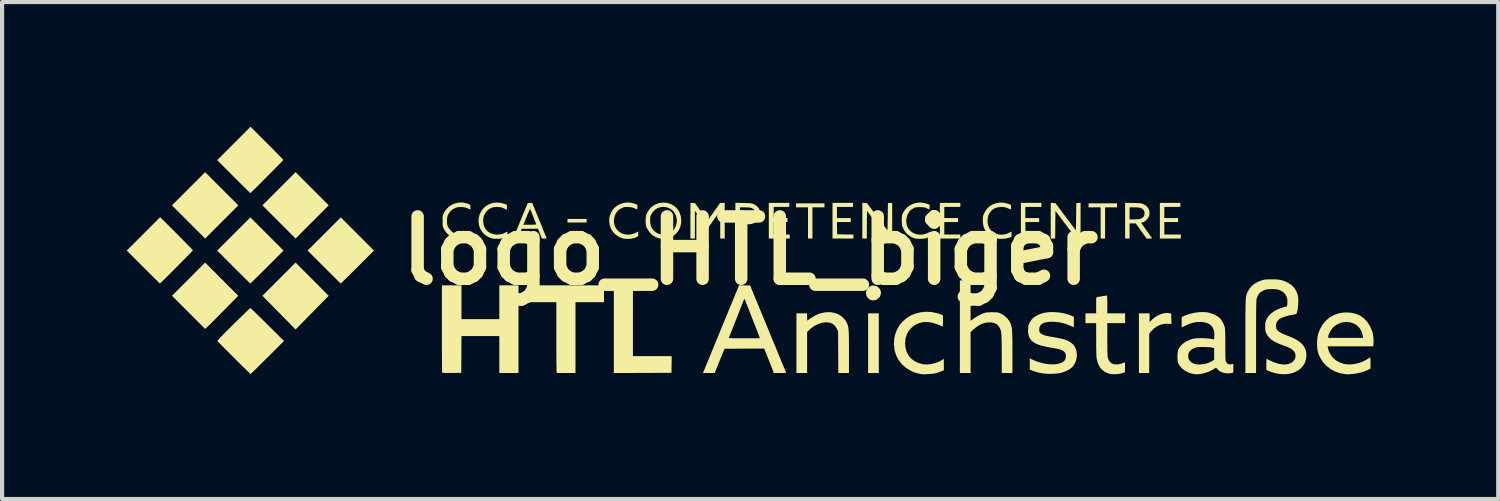
<source format=kicad_pcb>
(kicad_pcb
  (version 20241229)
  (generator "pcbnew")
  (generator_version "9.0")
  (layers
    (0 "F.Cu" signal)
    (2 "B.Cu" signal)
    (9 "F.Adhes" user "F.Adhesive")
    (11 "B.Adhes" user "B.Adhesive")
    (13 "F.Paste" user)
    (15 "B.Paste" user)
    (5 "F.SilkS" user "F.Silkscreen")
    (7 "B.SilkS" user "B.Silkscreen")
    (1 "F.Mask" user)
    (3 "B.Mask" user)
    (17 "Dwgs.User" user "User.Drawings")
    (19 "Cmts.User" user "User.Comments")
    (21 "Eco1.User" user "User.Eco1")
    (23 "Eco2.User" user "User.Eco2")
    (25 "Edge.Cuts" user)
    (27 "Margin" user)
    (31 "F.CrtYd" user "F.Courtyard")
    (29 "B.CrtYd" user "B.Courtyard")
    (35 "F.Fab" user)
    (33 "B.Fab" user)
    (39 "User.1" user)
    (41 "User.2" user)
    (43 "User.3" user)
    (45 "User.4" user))
  (footprint "logo_HTL_biger"
    (layer "F.Cu")
    (at 14.999 2.979)
    (property "Reference" "logo_HTL_biger" (at 0 0 0) (layer "F.SilkS") (effects (font (size 1.5 1.5) (thickness 0.3))))
    (attr board_only exclude_from_pos_files exclude_from_bom)
    (fp_poly (pts (xy -12.713 -1.487) (xy -12.314 -1.088) (xy -12.713 -0.689) (xy -13.113 -0.289) (xy -13.512 -0.689) (xy -13.911 -1.088) (xy -13.512 -1.487) (xy -13.113 -1.886)) (stroke (width 0) (type solid)) (fill yes) (layer "F.SilkS"))
    (fp_poly (pts (xy -10.538 -1.487) (xy -10.139 -1.088) (xy -10.538 -0.689) (xy -10.937 -0.289) (xy -11.336 -0.689) (xy -11.735 -1.088) (xy -11.336 -1.487) (xy -10.937 -1.886)) (stroke (width 0) (type solid)) (fill yes) (layer "F.SilkS"))
    (fp_poly (pts (xy -3.933 -0.718) (xy -3.933 -0.675) (xy -4.164 -0.675) (xy -4.394 -0.675) (xy -4.394 -0.718) (xy -4.394 -0.761) (xy -4.164 -0.761) (xy -3.933 -0.761)) (stroke (width 0) (type solid)) (fill yes) (layer "F.SilkS"))
    (fp_poly (pts (xy 3.097 2.229) (xy 3.097 2.947) (xy 2.969 2.947) (xy 2.84 2.947) (xy 2.84 2.229) (xy 2.84 1.511) (xy 2.969 1.511) (xy 3.097 1.511)) (stroke (width 0) (type solid)) (fill yes) (layer "F.SilkS"))
    (fp_poly (pts (xy -2.819 1.688) (xy -2.819 2.54) (xy -2.352 2.54) (xy -1.886 2.54) (xy -1.889 2.741) (xy -1.892 2.942) (xy -2.586 2.945) (xy -3.279 2.947) (xy -3.279 1.892) (xy -3.279 0.836) (xy -3.049 0.836) (xy -2.819 0.836)) (stroke (width 0) (type solid)) (fill yes) (layer "F.SilkS"))
    (fp_poly (pts (xy -10.538 0.689) (xy -10.14 1.088) (xy -10.538 1.493) (xy -10.937 1.899) (xy -11.146 1.686) (xy -11.215 1.616) (xy -11.291 1.539) (xy -11.37 1.458) (xy -11.447 1.38) (xy -11.516 1.31) (xy -11.545 1.281) (xy -11.735 1.088) (xy -11.336 0.689) (xy -10.937 0.289)) (stroke (width 0) (type solid)) (fill yes) (layer "F.SilkS"))
    (fp_poly (pts (xy -12.714 0.689) (xy -12.316 1.088) (xy -12.671 1.449) (xy -12.745 1.523) (xy -12.815 1.594) (xy -12.88 1.659) (xy -12.938 1.718) (xy -12.988 1.767) (xy -13.028 1.807) (xy -13.057 1.834) (xy -13.07 1.847) (xy -13.114 1.885) (xy -13.512 1.486) (xy -13.911 1.088) (xy -13.512 0.689) (xy -13.113 0.289)) (stroke (width 0) (type solid)) (fill yes) (layer "F.SilkS"))
    (fp_poly (pts (xy 1.79 -1.088) (xy 1.79 -1.04) (xy 1.645 -1.04) (xy 1.5 -1.04) (xy 1.5 -0.664) (xy 1.5 -0.289) (xy 1.447 -0.289) (xy 1.393 -0.289) (xy 1.393 -0.664) (xy 1.393 -1.04) (xy 1.249 -1.04) (xy 1.104 -1.04) (xy 1.104 -1.088) (xy 1.104 -1.136) (xy 1.447 -1.136) (xy 1.79 -1.136)) (stroke (width 0) (type solid)) (fill yes) (layer "F.SilkS"))
    (fp_poly (pts (xy 8.831 -1.088) (xy 8.831 -1.04) (xy 8.686 -1.04) (xy 8.542 -1.04) (xy 8.542 -0.664) (xy 8.542 -0.289) (xy 8.488 -0.289) (xy 8.435 -0.289) (xy 8.435 -0.664) (xy 8.435 -1.04) (xy 8.29 -1.04) (xy 8.145 -1.04) (xy 8.145 -1.088) (xy 8.145 -1.136) (xy 8.488 -1.136) (xy 8.831 -1.136)) (stroke (width 0) (type solid)) (fill yes) (layer "F.SilkS"))
    (fp_poly (pts (xy 3.419 -0.719) (xy 3.419 -0.289) (xy 3.367 -0.289) (xy 3.314 -0.289) (xy 3.064 -0.623) (xy 2.813 -0.956) (xy 2.81 -0.623) (xy 2.808 -0.289) (xy 2.754 -0.289) (xy 2.701 -0.289) (xy 2.701 -0.719) (xy 2.701 -1.148) (xy 2.757 -1.145) (xy 2.813 -1.141) (xy 3.06 -0.813) (xy 3.306 -0.486) (xy 3.312 -0.813) (xy 3.317 -1.141) (xy 3.368 -1.145) (xy 3.419 -1.148)) (stroke (width 0) (type solid)) (fill yes) (layer "F.SilkS"))
    (fp_poly (pts (xy 7.952 -0.719) (xy 7.952 -0.289) (xy 7.9 -0.289) (xy 7.848 -0.289) (xy 7.597 -0.623) (xy 7.347 -0.956) (xy 7.344 -0.623) (xy 7.341 -0.289) (xy 7.288 -0.289) (xy 7.234 -0.289) (xy 7.234 -0.719) (xy 7.234 -1.148) (xy 7.29 -1.145) (xy 7.347 -1.141) (xy 7.593 -0.813) (xy 7.84 -0.486) (xy 7.845 -0.813) (xy 7.85 -1.141) (xy 7.901 -1.145) (xy 7.952 -1.148)) (stroke (width 0) (type solid)) (fill yes) (layer "F.SilkS"))
    (fp_poly (pts (xy 3.051 0.862) (xy 3.088 0.887) (xy 3.127 0.932) (xy 3.147 0.986) (xy 3.147 1.043) (xy 3.127 1.103) (xy 3.126 1.105) (xy 3.09 1.151) (xy 3.042 1.183) (xy 2.988 1.199) (xy 2.93 1.197) (xy 2.883 1.18) (xy 2.836 1.145) (xy 2.805 1.098) (xy 2.79 1.044) (xy 2.792 0.988) (xy 2.812 0.934) (xy 2.835 0.901) (xy 2.884 0.862) (xy 2.938 0.842) (xy 2.995 0.842)) (stroke (width 0) (type solid)) (fill yes) (layer "F.SilkS"))
    (fp_poly (pts (xy -11.626 -0.399) (xy -11.226 -0.000036) (xy -11.623 0.397) (xy -11.699 0.473) (xy -11.77 0.544) (xy -11.836 0.609) (xy -11.894 0.666) (xy -11.943 0.715) (xy -11.982 0.753) (xy -12.009 0.779) (xy -12.023 0.792) (xy -12.025 0.793) (xy -12.033 0.786) (xy -12.055 0.765) (xy -12.09 0.731) (xy -12.135 0.687) (xy -12.19 0.633) (xy -12.252 0.57) (xy -12.322 0.502) (xy -12.396 0.427) (xy -12.427 0.397) (xy -12.823 -0.000036) (xy -12.424 -0.399) (xy -12.025 -0.798)) (stroke (width 0) (type solid)) (fill yes) (layer "F.SilkS"))
    (fp_poly (pts (xy -9.45 -0.399) (xy -9.051 -0.000036) (xy -9.447 0.397) (xy -9.523 0.473) (xy -9.595 0.544) (xy -9.66 0.609) (xy -9.718 0.666) (xy -9.768 0.715) (xy -9.806 0.753) (xy -9.834 0.779) (xy -9.848 0.792) (xy -9.849 0.793) (xy -9.858 0.786) (xy -9.88 0.765) (xy -9.914 0.731) (xy -9.959 0.687) (xy -10.014 0.633) (xy -10.077 0.57) (xy -10.146 0.502) (xy -10.22 0.427) (xy -10.251 0.397) (xy -10.648 -0.000036) (xy -10.248 -0.399) (xy -9.849 -0.798)) (stroke (width 0) (type solid)) (fill yes) (layer "F.SilkS"))
    (fp_poly (pts (xy 0.943 -1.099) (xy 0.943 -1.05) (xy 0.756 -1.05) (xy 0.568 -1.05) (xy 0.568 -0.916) (xy 0.568 -0.782) (xy 0.734 -0.782) (xy 0.9 -0.782) (xy 0.9 -0.734) (xy 0.9 -0.686) (xy 0.734 -0.686) (xy 0.568 -0.686) (xy 0.568 -0.536) (xy 0.568 -0.386) (xy 0.761 -0.386) (xy 0.954 -0.386) (xy 0.954 -0.338) (xy 0.954 -0.289) (xy 0.702 -0.289) (xy 0.45 -0.289) (xy 0.45 -0.718) (xy 0.45 -1.147) (xy 0.697 -1.147) (xy 0.943 -1.147)) (stroke (width 0) (type solid)) (fill yes) (layer "F.SilkS"))
    (fp_poly (pts (xy 2.476 -1.099) (xy 2.476 -1.05) (xy 2.283 -1.05) (xy 2.09 -1.05) (xy 2.09 -0.916) (xy 2.09 -0.782) (xy 2.256 -0.782) (xy 2.422 -0.782) (xy 2.422 -0.734) (xy 2.422 -0.686) (xy 2.256 -0.686) (xy 2.089 -0.686) (xy 2.092 -0.539) (xy 2.095 -0.391) (xy 2.291 -0.388) (xy 2.486 -0.385) (xy 2.486 -0.337) (xy 2.486 -0.289) (xy 2.235 -0.289) (xy 1.983 -0.289) (xy 1.983 -0.718) (xy 1.983 -1.147) (xy 2.229 -1.147) (xy 2.476 -1.147)) (stroke (width 0) (type solid)) (fill yes) (layer "F.SilkS"))
    (fp_poly (pts (xy 5.059 -1.099) (xy 5.059 -1.05) (xy 4.866 -1.05) (xy 4.673 -1.05) (xy 4.673 -0.916) (xy 4.673 -0.782) (xy 4.839 -0.782) (xy 5.005 -0.782) (xy 5.005 -0.734) (xy 5.005 -0.686) (xy 4.839 -0.686) (xy 4.673 -0.686) (xy 4.673 -0.536) (xy 4.673 -0.386) (xy 4.866 -0.386) (xy 5.059 -0.386) (xy 5.059 -0.338) (xy 5.059 -0.289) (xy 4.812 -0.289) (xy 4.566 -0.289) (xy 4.566 -0.718) (xy 4.566 -1.147) (xy 4.812 -1.147) (xy 5.059 -1.147)) (stroke (width 0) (type solid)) (fill yes) (layer "F.SilkS"))
    (fp_poly (pts (xy 7.009 -1.099) (xy 7.009 -1.05) (xy 6.816 -1.05) (xy 6.623 -1.05) (xy 6.623 -0.916) (xy 6.623 -0.782) (xy 6.789 -0.782) (xy 6.956 -0.782) (xy 6.956 -0.734) (xy 6.956 -0.686) (xy 6.789 -0.686) (xy 6.623 -0.686) (xy 6.626 -0.539) (xy 6.629 -0.391) (xy 6.824 -0.388) (xy 7.02 -0.385) (xy 7.02 -0.337) (xy 7.02 -0.289) (xy 6.768 -0.289) (xy 6.516 -0.289) (xy 6.516 -0.718) (xy 6.516 -1.147) (xy 6.763 -1.147) (xy 7.009 -1.147)) (stroke (width 0) (type solid)) (fill yes) (layer "F.SilkS"))
    (fp_poly (pts (xy 10.353 -1.099) (xy 10.353 -1.05) (xy 10.16 -1.05) (xy 9.967 -1.05) (xy 9.967 -0.916) (xy 9.967 -0.782) (xy 10.133 -0.782) (xy 10.299 -0.782) (xy 10.299 -0.734) (xy 10.299 -0.686) (xy 10.133 -0.686) (xy 9.967 -0.686) (xy 9.967 -0.536) (xy 9.967 -0.386) (xy 10.165 -0.386) (xy 10.364 -0.386) (xy 10.364 -0.338) (xy 10.364 -0.289) (xy 10.112 -0.289) (xy 9.86 -0.289) (xy 9.86 -0.718) (xy 9.86 -1.147) (xy 10.106 -1.147) (xy 10.353 -1.147)) (stroke (width 0) (type solid)) (fill yes) (layer "F.SilkS"))
    (fp_poly (pts (xy 10.086 1.507) (xy 10.133 1.517) (xy 10.136 1.643) (xy 10.139 1.769) (xy 10.072 1.762) (xy 9.973 1.763) (xy 9.879 1.783) (xy 9.79 1.823) (xy 9.71 1.881) (xy 9.64 1.956) (xy 9.633 1.966) (xy 9.603 2.007) (xy 9.603 2.477) (xy 9.603 2.947) (xy 9.479 2.947) (xy 9.356 2.947) (xy 9.356 2.229) (xy 9.356 1.511) (xy 9.485 1.511) (xy 9.613 1.511) (xy 9.613 1.616) (xy 9.613 1.721) (xy 9.681 1.655) (xy 9.748 1.6) (xy 9.823 1.556) (xy 9.902 1.523) (xy 9.981 1.505) (xy 10.055 1.502)) (stroke (width 0) (type solid)) (fill yes) (layer "F.SilkS"))
    (fp_poly (pts (xy -3.515 1.04) (xy -3.515 1.243) (xy -3.858 1.243) (xy -4.201 1.243) (xy -4.201 2.095) (xy -4.201 2.947) (xy -4.424 2.947) (xy -4.492 2.947) (xy -4.551 2.946) (xy -4.6 2.945) (xy -4.635 2.943) (xy -4.653 2.941) (xy -4.655 2.94) (xy -4.656 2.929) (xy -4.657 2.897) (xy -4.658 2.848) (xy -4.659 2.781) (xy -4.66 2.701) (xy -4.661 2.606) (xy -4.661 2.5) (xy -4.662 2.385) (xy -4.662 2.26) (xy -4.662 2.129) (xy -4.662 2.088) (xy -4.662 1.243) (xy -5 1.243) (xy -5.337 1.243) (xy -5.337 1.04) (xy -5.337 0.836) (xy -4.426 0.836) (xy -3.515 0.836)) (stroke (width 0) (type solid)) (fill yes) (layer "F.SilkS"))
    (fp_poly (pts (xy -13.801 -0.41) (xy -13.725 -0.334) (xy -13.654 -0.262) (xy -13.59 -0.197) (xy -13.533 -0.138) (xy -13.484 -0.089) (xy -13.447 -0.049) (xy -13.421 -0.022) (xy -13.408 -0.007) (xy -13.407 -0.005) (xy -13.415 0.004) (xy -13.435 0.026) (xy -13.468 0.06) (xy -13.511 0.104) (xy -13.562 0.156) (xy -13.619 0.215) (xy -13.682 0.278) (xy -13.747 0.345) (xy -13.814 0.412) (xy -13.881 0.479) (xy -13.946 0.544) (xy -14.007 0.605) (xy -14.063 0.661) (xy -14.111 0.709) (xy -14.151 0.747) (xy -14.18 0.775) (xy -14.197 0.791) (xy -14.201 0.793) (xy -14.209 0.786) (xy -14.231 0.765) (xy -14.265 0.731) (xy -14.311 0.687) (xy -14.365 0.633) (xy -14.428 0.57) (xy -14.497 0.502) (xy -14.572 0.427) (xy -14.602 0.397) (xy -14.999 0) (xy -14.597 -0.402) (xy -14.195 -0.804)) (stroke (width 0) (type solid)) (fill yes) (layer "F.SilkS"))
    (fp_poly (pts (xy -11.626 -2.586) (xy -11.55 -2.51) (xy -11.479 -2.438) (xy -11.414 -2.372) (xy -11.357 -2.314) (xy -11.309 -2.264) (xy -11.271 -2.225) (xy -11.245 -2.197) (xy -11.233 -2.183) (xy -11.232 -2.181) (xy -11.239 -2.172) (xy -11.26 -2.149) (xy -11.292 -2.115) (xy -11.335 -2.071) (xy -11.386 -2.019) (xy -11.444 -1.961) (xy -11.506 -1.897) (xy -11.572 -1.831) (xy -11.639 -1.763) (xy -11.706 -1.696) (xy -11.77 -1.631) (xy -11.832 -1.57) (xy -11.887 -1.515) (xy -11.936 -1.467) (xy -11.976 -1.428) (xy -12.005 -1.4) (xy -12.021 -1.385) (xy -12.025 -1.383) (xy -12.033 -1.39) (xy -12.055 -1.411) (xy -12.09 -1.445) (xy -12.135 -1.489) (xy -12.19 -1.543) (xy -12.252 -1.605) (xy -12.322 -1.674) (xy -12.396 -1.748) (xy -12.427 -1.779) (xy -12.823 -2.176) (xy -12.421 -2.578) (xy -12.02 -2.979)) (stroke (width 0) (type solid)) (fill yes) (layer "F.SilkS"))
    (fp_poly (pts (xy -6.945 1.243) (xy -6.945 1.65) (xy -6.489 1.65) (xy -6.034 1.65) (xy -6.034 1.243) (xy -6.034 0.836) (xy -5.803 0.836) (xy -5.573 0.836) (xy -5.573 1.892) (xy -5.573 2.947) (xy -5.803 2.947) (xy -6.034 2.947) (xy -6.034 2.502) (xy -6.034 2.058) (xy -6.489 2.058) (xy -6.945 2.058) (xy -6.947 2.5) (xy -6.95 2.942) (xy -7.176 2.945) (xy -7.243 2.945) (xy -7.304 2.945) (xy -7.353 2.944) (xy -7.389 2.943) (xy -7.407 2.941) (xy -7.409 2.94) (xy -7.41 2.929) (xy -7.411 2.897) (xy -7.412 2.847) (xy -7.413 2.78) (xy -7.414 2.698) (xy -7.414 2.601) (xy -7.415 2.491) (xy -7.416 2.371) (xy -7.416 2.241) (xy -7.416 2.102) (xy -7.416 1.957) (xy -7.416 1.884) (xy -7.416 0.836) (xy -7.181 0.836) (xy -6.945 0.836)) (stroke (width 0) (type solid)) (fill yes) (layer "F.SilkS"))
    (fp_poly (pts (xy -12.015 1.39) (xy -11.992 1.411) (xy -11.956 1.444) (xy -11.91 1.489) (xy -11.855 1.543) (xy -11.791 1.605) (xy -11.721 1.673) (xy -11.646 1.747) (xy -11.615 1.779) (xy -11.216 2.175) (xy -11.612 2.572) (xy -11.689 2.648) (xy -11.761 2.719) (xy -11.827 2.784) (xy -11.885 2.842) (xy -11.935 2.89) (xy -11.975 2.928) (xy -12.003 2.955) (xy -12.018 2.968) (xy -12.02 2.969) (xy -12.029 2.961) (xy -12.052 2.94) (xy -12.087 2.907) (xy -12.133 2.862) (xy -12.189 2.808) (xy -12.252 2.746) (xy -12.322 2.677) (xy -12.396 2.603) (xy -12.426 2.573) (xy -12.821 2.177) (xy -12.778 2.125) (xy -12.76 2.105) (xy -12.729 2.074) (xy -12.689 2.032) (xy -12.64 1.982) (xy -12.583 1.925) (xy -12.522 1.864) (xy -12.458 1.8) (xy -12.392 1.735) (xy -12.326 1.67) (xy -12.262 1.608) (xy -12.203 1.55) (xy -12.149 1.498) (xy -12.102 1.453) (xy -12.065 1.418) (xy -12.039 1.394) (xy -12.026 1.383) (xy -12.024 1.383)) (stroke (width 0) (type solid)) (fill yes) (layer "F.SilkS"))
    (fp_poly (pts (xy -0.157 -1.145) (xy -0.087 -1.143) (xy -0.035 -1.141) (xy 0.004 -1.139) (xy 0.032 -1.135) (xy 0.055 -1.13) (xy 0.076 -1.122) (xy 0.098 -1.111) (xy 0.1 -1.111) (xy 0.161 -1.071) (xy 0.206 -1.022) (xy 0.233 -0.968) (xy 0.246 -0.909) (xy 0.243 -0.85) (xy 0.225 -0.793) (xy 0.195 -0.741) (xy 0.152 -0.696) (xy 0.097 -0.661) (xy 0.03 -0.639) (xy -0.038 -0.632) (xy -0.071 -0.631) (xy -0.116 -0.629) (xy -0.164 -0.625) (xy -0.165 -0.625) (xy -0.246 -0.618) (xy -0.246 -0.454) (xy -0.246 -0.289) (xy -0.3 -0.289) (xy -0.354 -0.289) (xy -0.354 -0.719) (xy -0.354 -1.04) (xy -0.246 -1.04) (xy -0.246 -0.884) (xy -0.246 -0.729) (xy -0.121 -0.729) (xy -0.063 -0.729) (xy -0.021 -0.732) (xy 0.009 -0.736) (xy 0.034 -0.744) (xy 0.05 -0.751) (xy 0.087 -0.776) (xy 0.114 -0.811) (xy 0.118 -0.821) (xy 0.135 -0.873) (xy 0.131 -0.922) (xy 0.105 -0.969) (xy 0.099 -0.976) (xy 0.074 -1.002) (xy 0.046 -1.019) (xy 0.011 -1.031) (xy -0.036 -1.037) (xy -0.099 -1.039) (xy -0.123 -1.04) (xy -0.246 -1.04) (xy -0.354 -1.04) (xy -0.354 -1.149)) (stroke (width 0) (type solid)) (fill yes) (layer "F.SilkS"))
    (fp_poly (pts (xy 1.945 1.484) (xy 2.042 1.502) (xy 2.131 1.537) (xy 2.209 1.588) (xy 2.273 1.653) (xy 2.314 1.715) (xy 2.328 1.742) (xy 2.34 1.768) (xy 2.35 1.795) (xy 2.358 1.825) (xy 2.364 1.861) (xy 2.369 1.903) (xy 2.373 1.954) (xy 2.376 2.017) (xy 2.377 2.092) (xy 2.378 2.183) (xy 2.379 2.291) (xy 2.379 2.417) (xy 2.379 2.436) (xy 2.379 2.947) (xy 2.251 2.947) (xy 2.123 2.947) (xy 2.12 2.446) (xy 2.117 1.945) (xy 2.085 1.877) (xy 2.046 1.814) (xy 1.993 1.767) (xy 1.928 1.738) (xy 1.85 1.726) (xy 1.833 1.725) (xy 1.742 1.735) (xy 1.648 1.763) (xy 1.557 1.807) (xy 1.474 1.864) (xy 1.435 1.899) (xy 1.372 1.961) (xy 1.372 2.454) (xy 1.372 2.947) (xy 1.243 2.947) (xy 1.115 2.947) (xy 1.115 2.229) (xy 1.115 1.511) (xy 1.243 1.511) (xy 1.372 1.511) (xy 1.372 1.597) (xy 1.372 1.637) (xy 1.374 1.667) (xy 1.377 1.682) (xy 1.378 1.683) (xy 1.389 1.677) (xy 1.411 1.661) (xy 1.439 1.641) (xy 1.548 1.571) (xy 1.659 1.521) (xy 1.775 1.492) (xy 1.841 1.483)) (stroke (width 0) (type solid)) (fill yes) (layer "F.SilkS"))
    (fp_poly (pts (xy -5.989 -1.146) (xy -5.897 -1.119) (xy -5.852 -1.101) (xy -5.852 -1.04) (xy -5.852 -0.979) (xy -5.918 -1.012) (xy -5.965 -1.032) (xy -6.009 -1.043) (xy -6.061 -1.048) (xy -6.066 -1.049) (xy -6.113 -1.049) (xy -6.157 -1.046) (xy -6.19 -1.041) (xy -6.19 -1.041) (xy -6.258 -1.012) (xy -6.32 -0.966) (xy -6.37 -0.907) (xy -6.405 -0.839) (xy -6.411 -0.821) (xy -6.422 -0.754) (xy -6.421 -0.682) (xy -6.409 -0.614) (xy -6.396 -0.577) (xy -6.362 -0.515) (xy -6.322 -0.468) (xy -6.272 -0.432) (xy -6.259 -0.425) (xy -6.182 -0.394) (xy -6.098 -0.382) (xy -6.012 -0.389) (xy -5.929 -0.413) (xy -5.897 -0.429) (xy -5.841 -0.459) (xy -5.841 -0.402) (xy -5.842 -0.367) (xy -5.849 -0.345) (xy -5.866 -0.329) (xy -5.897 -0.313) (xy -5.916 -0.306) (xy -5.959 -0.294) (xy -6.016 -0.286) (xy -6.08 -0.282) (xy -6.142 -0.283) (xy -6.195 -0.289) (xy -6.217 -0.294) (xy -6.307 -0.33) (xy -6.384 -0.382) (xy -6.447 -0.448) (xy -6.494 -0.525) (xy -6.524 -0.612) (xy -6.535 -0.705) (xy -6.53 -0.783) (xy -6.505 -0.876) (xy -6.464 -0.958) (xy -6.409 -1.027) (xy -6.341 -1.082) (xy -6.263 -1.123) (xy -6.177 -1.148) (xy -6.085 -1.156)) (stroke (width 0) (type solid)) (fill yes) (layer "F.SilkS"))
    (fp_poly (pts (xy -1.381 -1.145) (xy -1.325 -1.141) (xy -1.184 -0.94) (xy -1.143 -0.882) (xy -1.106 -0.829) (xy -1.074 -0.785) (xy -1.05 -0.751) (xy -1.035 -0.732) (xy -1.032 -0.727) (xy -1.023 -0.731) (xy -1.005 -0.75) (xy -0.976 -0.786) (xy -0.938 -0.838) (xy -0.888 -0.908) (xy -0.872 -0.931) (xy -0.723 -1.146) (xy -0.667 -1.146) (xy -0.611 -1.147) (xy -0.611 -0.718) (xy -0.611 -0.289) (xy -0.664 -0.289) (xy -0.718 -0.289) (xy -0.719 -0.624) (xy -0.719 -0.718) (xy -0.719 -0.791) (xy -0.72 -0.848) (xy -0.721 -0.889) (xy -0.722 -0.917) (xy -0.725 -0.933) (xy -0.728 -0.94) (xy -0.731 -0.94) (xy -0.736 -0.934) (xy -0.737 -0.933) (xy -0.749 -0.915) (xy -0.771 -0.885) (xy -0.799 -0.845) (xy -0.832 -0.798) (xy -0.868 -0.747) (xy -0.905 -0.695) (xy -0.94 -0.645) (xy -0.972 -0.601) (xy -0.997 -0.564) (xy -1.015 -0.539) (xy -1.023 -0.528) (xy -1.024 -0.527) (xy -1.031 -0.534) (xy -1.048 -0.557) (xy -1.075 -0.594) (xy -1.11 -0.643) (xy -1.151 -0.701) (xy -1.198 -0.768) (xy -1.248 -0.84) (xy -1.263 -0.862) (xy -1.329 -0.957) (xy -1.329 -0.623) (xy -1.329 -0.289) (xy -1.383 -0.289) (xy -1.436 -0.289) (xy -1.436 -0.719) (xy -1.436 -1.148)) (stroke (width 0) (type solid)) (fill yes) (layer "F.SilkS"))
    (fp_poly (pts (xy -2.804 -1.136) (xy -2.771 -1.124) (xy -2.711 -1.102) (xy -2.711 -1.043) (xy -2.713 -1.012) (xy -2.716 -0.992) (xy -2.72 -0.988) (xy -2.773 -1.014) (xy -2.816 -1.031) (xy -2.857 -1.041) (xy -2.903 -1.047) (xy -2.927 -1.048) (xy -2.975 -1.05) (xy -3.01 -1.048) (xy -3.039 -1.042) (xy -3.07 -1.03) (xy -3.083 -1.024) (xy -3.122 -1.004) (xy -3.157 -0.981) (xy -3.176 -0.967) (xy -3.224 -0.907) (xy -3.257 -0.836) (xy -3.274 -0.758) (xy -3.275 -0.678) (xy -3.259 -0.6) (xy -3.248 -0.573) (xy -3.207 -0.505) (xy -3.152 -0.452) (xy -3.086 -0.412) (xy -3.012 -0.389) (xy -2.932 -0.382) (xy -2.849 -0.392) (xy -2.767 -0.42) (xy -2.752 -0.428) (xy -2.69 -0.459) (xy -2.69 -0.401) (xy -2.691 -0.367) (xy -2.696 -0.348) (xy -2.709 -0.335) (xy -2.73 -0.323) (xy -2.795 -0.299) (xy -2.872 -0.284) (xy -2.952 -0.28) (xy -3.029 -0.286) (xy -3.065 -0.293) (xy -3.15 -0.326) (xy -3.227 -0.376) (xy -3.291 -0.438) (xy -3.34 -0.511) (xy -3.349 -0.53) (xy -3.381 -0.625) (xy -3.392 -0.718) (xy -3.382 -0.811) (xy -3.35 -0.905) (xy -3.346 -0.916) (xy -3.299 -0.992) (xy -3.237 -1.054) (xy -3.163 -1.103) (xy -3.08 -1.136) (xy -2.991 -1.154) (xy -2.898 -1.154)) (stroke (width 0) (type solid)) (fill yes) (layer "F.SilkS"))
    (fp_poly (pts (xy -5.071 -0.727) (xy -5.034 -0.637) (xy -5 -0.554) (xy -4.97 -0.478) (xy -4.943 -0.414) (xy -4.922 -0.361) (xy -4.907 -0.323) (xy -4.899 -0.301) (xy -4.898 -0.297) (xy -4.907 -0.293) (xy -4.932 -0.29) (xy -4.954 -0.289) (xy -5.01 -0.29) (xy -5.057 -0.407) (xy -5.103 -0.525) (xy -5.299 -0.525) (xy -5.495 -0.525) (xy -5.541 -0.407) (xy -5.587 -0.289) (xy -5.644 -0.289) (xy -5.701 -0.289) (xy -5.685 -0.33) (xy -5.678 -0.348) (xy -5.663 -0.384) (xy -5.642 -0.436) (xy -5.616 -0.499) (xy -5.585 -0.573) (xy -5.565 -0.622) (xy -5.455 -0.622) (xy -5.299 -0.622) (xy -5.235 -0.622) (xy -5.191 -0.623) (xy -5.163 -0.626) (xy -5.15 -0.63) (xy -5.148 -0.635) (xy -5.153 -0.649) (xy -5.165 -0.679) (xy -5.182 -0.723) (xy -5.202 -0.775) (xy -5.219 -0.82) (xy -5.241 -0.877) (xy -5.261 -0.926) (xy -5.277 -0.966) (xy -5.289 -0.991) (xy -5.293 -0.999) (xy -5.299 -0.992) (xy -5.311 -0.969) (xy -5.328 -0.931) (xy -5.348 -0.884) (xy -5.361 -0.854) (xy -5.383 -0.798) (xy -5.405 -0.745) (xy -5.422 -0.701) (xy -5.435 -0.67) (xy -5.438 -0.662) (xy -5.455 -0.622) (xy -5.565 -0.622) (xy -5.552 -0.654) (xy -5.516 -0.741) (xy -5.51 -0.756) (xy -5.351 -1.141) (xy -5.298 -1.145) (xy -5.244 -1.148)) (stroke (width 0) (type solid)) (fill yes) (layer "F.SilkS"))
    (fp_poly (pts (xy 6.11 -1.151) (xy 6.205 -1.126) (xy 6.212 -1.123) (xy 6.275 -1.099) (xy 6.278 -1.041) (xy 6.279 -1.007) (xy 6.276 -0.991) (xy 6.268 -0.989) (xy 6.268 -0.989) (xy 6.21 -1.014) (xy 6.166 -1.032) (xy 6.131 -1.042) (xy 6.101 -1.048) (xy 6.069 -1.05) (xy 6.031 -1.049) (xy 6.03 -1.049) (xy 5.952 -1.039) (xy 5.887 -1.017) (xy 5.831 -0.981) (xy 5.805 -0.957) (xy 5.761 -0.903) (xy 5.732 -0.842) (xy 5.717 -0.77) (xy 5.714 -0.734) (xy 5.718 -0.646) (xy 5.74 -0.571) (xy 5.778 -0.506) (xy 5.798 -0.484) (xy 5.862 -0.433) (xy 5.935 -0.399) (xy 6.015 -0.383) (xy 6.098 -0.384) (xy 6.181 -0.404) (xy 6.233 -0.427) (xy 6.291 -0.459) (xy 6.291 -0.396) (xy 6.291 -0.334) (xy 6.229 -0.31) (xy 6.156 -0.29) (xy 6.074 -0.281) (xy 5.991 -0.283) (xy 5.915 -0.296) (xy 5.893 -0.303) (xy 5.816 -0.335) (xy 5.754 -0.376) (xy 5.702 -0.427) (xy 5.692 -0.439) (xy 5.649 -0.502) (xy 5.621 -0.565) (xy 5.606 -0.635) (xy 5.6 -0.718) (xy 5.6 -0.723) (xy 5.601 -0.775) (xy 5.603 -0.812) (xy 5.609 -0.842) (xy 5.62 -0.872) (xy 5.634 -0.902) (xy 5.684 -0.986) (xy 5.746 -1.053) (xy 5.819 -1.102) (xy 5.821 -1.103) (xy 5.915 -1.139) (xy 6.013 -1.155)) (stroke (width 0) (type solid)) (fill yes) (layer "F.SilkS"))
    (fp_poly (pts (xy 5.305 1.205) (xy 5.305 1.692) (xy 5.376 1.639) (xy 5.492 1.564) (xy 5.616 1.508) (xy 5.627 1.505) (xy 5.66 1.495) (xy 5.697 1.489) (xy 5.744 1.486) (xy 5.807 1.484) (xy 5.825 1.484) (xy 5.883 1.485) (xy 5.924 1.486) (xy 5.955 1.489) (xy 5.981 1.495) (xy 6.007 1.505) (xy 6.036 1.518) (xy 6.119 1.568) (xy 6.189 1.632) (xy 6.243 1.706) (xy 6.247 1.715) (xy 6.261 1.742) (xy 6.273 1.77) (xy 6.283 1.799) (xy 6.291 1.831) (xy 6.298 1.87) (xy 6.303 1.916) (xy 6.306 1.972) (xy 6.309 2.039) (xy 6.311 2.121) (xy 6.312 2.218) (xy 6.312 2.332) (xy 6.312 2.444) (xy 6.312 2.947) (xy 6.184 2.947) (xy 6.055 2.947) (xy 6.055 2.5) (xy 6.055 2.401) (xy 6.054 2.306) (xy 6.053 2.218) (xy 6.051 2.139) (xy 6.049 2.072) (xy 6.047 2.021) (xy 6.045 1.987) (xy 6.044 1.98) (xy 6.024 1.897) (xy 5.99 1.831) (xy 5.942 1.78) (xy 5.88 1.747) (xy 5.805 1.729) (xy 5.793 1.728) (xy 5.699 1.731) (xy 5.604 1.754) (xy 5.511 1.796) (xy 5.422 1.857) (xy 5.379 1.894) (xy 5.305 1.964) (xy 5.305 2.456) (xy 5.305 2.947) (xy 5.176 2.947) (xy 5.048 2.947) (xy 5.048 1.833) (xy 5.048 0.718) (xy 5.176 0.718) (xy 5.305 0.718)) (stroke (width 0) (type solid)) (fill yes) (layer "F.SilkS"))
    (fp_poly (pts (xy 4.226 -1.136) (xy 4.257 -1.125) (xy 4.319 -1.102) (xy 4.319 -1.043) (xy 4.318 -1.012) (xy 4.314 -0.992) (xy 4.311 -0.988) (xy 4.262 -1.013) (xy 4.225 -1.029) (xy 4.193 -1.039) (xy 4.16 -1.043) (xy 4.118 -1.045) (xy 4.089 -1.045) (xy 4.038 -1.044) (xy 4.002 -1.042) (xy 3.975 -1.037) (xy 3.95 -1.027) (xy 3.924 -1.013) (xy 3.871 -0.978) (xy 3.83 -0.936) (xy 3.796 -0.88) (xy 3.785 -0.858) (xy 3.765 -0.792) (xy 3.757 -0.716) (xy 3.764 -0.64) (xy 3.776 -0.594) (xy 3.81 -0.525) (xy 3.859 -0.469) (xy 3.92 -0.426) (xy 3.991 -0.397) (xy 4.068 -0.383) (xy 4.148 -0.385) (xy 4.228 -0.403) (xy 4.284 -0.428) (xy 4.341 -0.459) (xy 4.341 -0.4) (xy 4.341 -0.342) (xy 4.279 -0.314) (xy 4.243 -0.299) (xy 4.207 -0.29) (xy 4.164 -0.285) (xy 4.116 -0.283) (xy 4.066 -0.282) (xy 4.019 -0.284) (xy 3.982 -0.288) (xy 3.972 -0.29) (xy 3.913 -0.311) (xy 3.851 -0.344) (xy 3.794 -0.384) (xy 3.761 -0.415) (xy 3.733 -0.45) (xy 3.704 -0.495) (xy 3.683 -0.534) (xy 3.668 -0.567) (xy 3.658 -0.595) (xy 3.653 -0.624) (xy 3.65 -0.66) (xy 3.649 -0.71) (xy 3.649 -0.723) (xy 3.65 -0.778) (xy 3.652 -0.817) (xy 3.657 -0.847) (xy 3.666 -0.875) (xy 3.678 -0.903) (xy 3.726 -0.982) (xy 3.79 -1.048) (xy 3.864 -1.099) (xy 3.948 -1.135) (xy 4.038 -1.153) (xy 4.132 -1.154)) (stroke (width 0) (type solid)) (fill yes) (layer "F.SilkS"))
    (fp_poly (pts (xy -6.908 -1.155) (xy -6.815 -1.135) (xy -6.771 -1.118) (xy -6.747 -1.107) (xy -6.735 -1.094) (xy -6.731 -1.074) (xy -6.73 -1.044) (xy -6.73 -0.987) (xy -6.792 -1.015) (xy -6.865 -1.039) (xy -6.944 -1.049) (xy -7.021 -1.046) (xy -7.085 -1.03) (xy -7.159 -0.991) (xy -7.22 -0.937) (xy -7.263 -0.871) (xy -7.278 -0.837) (xy -7.287 -0.807) (xy -7.292 -0.772) (xy -7.293 -0.726) (xy -7.293 -0.713) (xy -7.292 -0.663) (xy -7.289 -0.627) (xy -7.281 -0.599) (xy -7.268 -0.57) (xy -7.264 -0.563) (xy -7.217 -0.494) (xy -7.156 -0.438) (xy -7.1 -0.405) (xy -7.066 -0.392) (xy -7.03 -0.385) (xy -6.984 -0.382) (xy -6.953 -0.381) (xy -6.905 -0.382) (xy -6.871 -0.386) (xy -6.84 -0.394) (xy -6.806 -0.409) (xy -6.784 -0.42) (xy -6.709 -0.459) (xy -6.709 -0.4) (xy -6.709 -0.342) (xy -6.771 -0.313) (xy -6.805 -0.299) (xy -6.837 -0.29) (xy -6.876 -0.285) (xy -6.927 -0.283) (xy -6.939 -0.282) (xy -6.991 -0.282) (xy -7.038 -0.284) (xy -7.076 -0.288) (xy -7.088 -0.29) (xy -7.172 -0.322) (xy -7.249 -0.371) (xy -7.314 -0.437) (xy -7.366 -0.514) (xy -7.371 -0.524) (xy -7.383 -0.551) (xy -7.392 -0.576) (xy -7.397 -0.603) (xy -7.399 -0.639) (xy -7.4 -0.688) (xy -7.4 -0.713) (xy -7.4 -0.769) (xy -7.398 -0.809) (xy -7.394 -0.839) (xy -7.387 -0.864) (xy -7.376 -0.89) (xy -7.37 -0.902) (xy -7.319 -0.984) (xy -7.254 -1.051) (xy -7.177 -1.103) (xy -7.092 -1.138) (xy -7.002 -1.156)) (stroke (width 0) (type solid)) (fill yes) (layer "F.SilkS"))
    (fp_poly (pts (xy 9.221 -1.145) (xy 9.291 -1.143) (xy 9.343 -1.141) (xy 9.382 -1.139) (xy 9.41 -1.135) (xy 9.432 -1.13) (xy 9.453 -1.122) (xy 9.474 -1.112) (xy 9.481 -1.109) (xy 9.541 -1.067) (xy 9.583 -1.015) (xy 9.607 -0.954) (xy 9.612 -0.886) (xy 9.603 -0.838) (xy 9.584 -0.795) (xy 9.553 -0.752) (xy 9.514 -0.715) (xy 9.472 -0.688) (xy 9.433 -0.676) (xy 9.426 -0.675) (xy 9.412 -0.672) (xy 9.41 -0.669) (xy 9.416 -0.659) (xy 9.432 -0.635) (xy 9.456 -0.6) (xy 9.487 -0.557) (xy 9.521 -0.508) (xy 9.557 -0.458) (xy 9.592 -0.41) (xy 9.624 -0.365) (xy 9.651 -0.328) (xy 9.67 -0.303) (xy 9.671 -0.295) (xy 9.658 -0.291) (xy 9.627 -0.289) (xy 9.61 -0.289) (xy 9.541 -0.289) (xy 9.41 -0.472) (xy 9.28 -0.654) (xy 9.206 -0.654) (xy 9.131 -0.654) (xy 9.131 -0.472) (xy 9.131 -0.289) (xy 9.078 -0.289) (xy 9.024 -0.289) (xy 9.024 -0.719) (xy 9.024 -1.04) (xy 9.131 -1.04) (xy 9.131 -0.895) (xy 9.131 -0.75) (xy 9.24 -0.75) (xy 9.291 -0.751) (xy 9.339 -0.755) (xy 9.376 -0.759) (xy 9.389 -0.762) (xy 9.425 -0.779) (xy 9.457 -0.803) (xy 9.46 -0.806) (xy 9.479 -0.829) (xy 9.488 -0.854) (xy 9.49 -0.89) (xy 9.49 -0.895) (xy 9.488 -0.934) (xy 9.479 -0.96) (xy 9.463 -0.981) (xy 9.437 -1.005) (xy 9.407 -1.022) (xy 9.368 -1.033) (xy 9.318 -1.038) (xy 9.25 -1.04) (xy 9.249 -1.04) (xy 9.131 -1.04) (xy 9.024 -1.04) (xy 9.024 -1.149)) (stroke (width 0) (type solid)) (fill yes) (layer "F.SilkS"))
    (fp_poly (pts (xy 4.371 1.48) (xy 4.508 1.509) (xy 4.583 1.534) (xy 4.641 1.556) (xy 4.641 1.695) (xy 4.64 1.746) (xy 4.638 1.789) (xy 4.636 1.818) (xy 4.633 1.83) (xy 4.633 1.83) (xy 4.505 1.773) (xy 4.384 1.736) (xy 4.271 1.719) (xy 4.164 1.722) (xy 4.064 1.746) (xy 3.972 1.79) (xy 3.893 1.848) (xy 3.825 1.922) (xy 3.775 2.007) (xy 3.743 2.103) (xy 3.73 2.209) (xy 3.73 2.235) (xy 3.739 2.342) (xy 3.767 2.44) (xy 3.812 2.525) (xy 3.874 2.599) (xy 3.951 2.658) (xy 4.043 2.703) (xy 4.15 2.732) (xy 4.164 2.735) (xy 4.255 2.741) (xy 4.353 2.732) (xy 4.453 2.708) (xy 4.547 2.673) (xy 4.629 2.626) (xy 4.633 2.624) (xy 4.662 2.603) (xy 4.662 2.742) (xy 4.662 2.881) (xy 4.595 2.908) (xy 4.547 2.927) (xy 4.495 2.944) (xy 4.464 2.953) (xy 4.43 2.959) (xy 4.382 2.965) (xy 4.326 2.97) (xy 4.268 2.974) (xy 4.212 2.976) (xy 4.164 2.977) (xy 4.13 2.975) (xy 4.121 2.973) (xy 4.098 2.969) (xy 4.064 2.961) (xy 4.043 2.957) (xy 3.939 2.926) (xy 3.837 2.877) (xy 3.74 2.813) (xy 3.655 2.737) (xy 3.646 2.727) (xy 3.571 2.63) (xy 3.515 2.524) (xy 3.479 2.409) (xy 3.463 2.286) (xy 3.462 2.241) (xy 3.467 2.137) (xy 3.483 2.044) (xy 3.513 1.954) (xy 3.543 1.887) (xy 3.574 1.83) (xy 3.605 1.783) (xy 3.643 1.738) (xy 3.675 1.705) (xy 3.746 1.64) (xy 3.817 1.59) (xy 3.895 1.549) (xy 3.97 1.52) (xy 4.102 1.486) (xy 4.236 1.472)) (stroke (width 0) (type solid)) (fill yes) (layer "F.SilkS"))
    (fp_poly (pts (xy -1.993 -1.146) (xy -1.907 -1.119) (xy -1.83 -1.076) (xy -1.764 -1.018) (xy -1.712 -0.946) (xy -1.698 -0.917) (xy -1.667 -0.826) (xy -1.655 -0.734) (xy -1.661 -0.644) (xy -1.684 -0.558) (xy -1.723 -0.479) (xy -1.777 -0.41) (xy -1.844 -0.353) (xy -1.925 -0.311) (xy -1.939 -0.306) (xy -1.992 -0.293) (xy -2.056 -0.285) (xy -2.12 -0.284) (xy -2.175 -0.29) (xy -2.175 -0.29) (xy -2.265 -0.319) (xy -2.345 -0.367) (xy -2.413 -0.431) (xy -2.466 -0.51) (xy -2.473 -0.523) (xy -2.491 -0.56) (xy -2.503 -0.59) (xy -2.509 -0.618) (xy -2.512 -0.651) (xy -2.513 -0.697) (xy -2.513 -0.718) (xy -2.513 -0.723) (xy -2.405 -0.723) (xy -2.401 -0.65) (xy -2.388 -0.591) (xy -2.363 -0.539) (xy -2.326 -0.489) (xy -2.266 -0.437) (xy -2.196 -0.401) (xy -2.119 -0.383) (xy -2.04 -0.384) (xy -1.962 -0.404) (xy -1.955 -0.407) (xy -1.89 -0.446) (xy -1.838 -0.5) (xy -1.798 -0.565) (xy -1.772 -0.638) (xy -1.763 -0.715) (xy -1.77 -0.792) (xy -1.791 -0.857) (xy -1.825 -0.919) (xy -1.863 -0.965) (xy -1.912 -1.001) (xy -1.942 -1.018) (xy -2.018 -1.044) (xy -2.097 -1.052) (xy -2.175 -1.04) (xy -2.248 -1.009) (xy -2.299 -0.973) (xy -2.332 -0.938) (xy -2.363 -0.897) (xy -2.377 -0.875) (xy -2.391 -0.844) (xy -2.4 -0.816) (xy -2.404 -0.782) (xy -2.405 -0.736) (xy -2.405 -0.723) (xy -2.513 -0.723) (xy -2.513 -0.77) (xy -2.51 -0.808) (xy -2.505 -0.838) (xy -2.495 -0.866) (xy -2.48 -0.9) (xy -2.479 -0.902) (xy -2.429 -0.986) (xy -2.364 -1.055) (xy -2.287 -1.106) (xy -2.2 -1.14) (xy -2.178 -1.146) (xy -2.084 -1.155)) (stroke (width 0) (type solid)) (fill yes) (layer "F.SilkS"))
    (fp_poly (pts (xy 8.587 1.088) (xy 8.59 1.104) (xy 8.593 1.134) (xy 8.594 1.18) (xy 8.595 1.244) (xy 8.595 1.297) (xy 8.595 1.511) (xy 8.81 1.511) (xy 9.024 1.511) (xy 9.024 1.629) (xy 9.024 1.747) (xy 8.81 1.747) (xy 8.595 1.747) (xy 8.595 2.132) (xy 8.596 2.24) (xy 8.597 2.336) (xy 8.598 2.418) (xy 8.6 2.486) (xy 8.603 2.536) (xy 8.606 2.567) (xy 8.607 2.571) (xy 8.63 2.638) (xy 8.667 2.689) (xy 8.702 2.716) (xy 8.745 2.732) (xy 8.8 2.739) (xy 8.86 2.737) (xy 8.918 2.726) (xy 8.953 2.714) (xy 8.984 2.7) (xy 9.007 2.692) (xy 9.015 2.69) (xy 9.019 2.7) (xy 9.021 2.727) (xy 9.022 2.768) (xy 9.022 2.81) (xy 9.019 2.93) (xy 8.954 2.951) (xy 8.889 2.966) (xy 8.816 2.974) (xy 8.742 2.976) (xy 8.675 2.97) (xy 8.626 2.96) (xy 8.541 2.922) (xy 8.471 2.871) (xy 8.416 2.805) (xy 8.374 2.723) (xy 8.344 2.624) (xy 8.343 2.619) (xy 8.339 2.593) (xy 8.335 2.559) (xy 8.333 2.515) (xy 8.33 2.46) (xy 8.329 2.39) (xy 8.328 2.304) (xy 8.328 2.199) (xy 8.328 2.146) (xy 8.327 1.747) (xy 8.199 1.747) (xy 8.07 1.747) (xy 8.07 1.629) (xy 8.07 1.511) (xy 8.199 1.511) (xy 8.327 1.511) (xy 8.327 1.318) (xy 8.327 1.25) (xy 8.328 1.2) (xy 8.329 1.165) (xy 8.331 1.143) (xy 8.335 1.13) (xy 8.341 1.124) (xy 8.349 1.121) (xy 8.351 1.12) (xy 8.377 1.115) (xy 8.415 1.109) (xy 8.458 1.101) (xy 8.503 1.094) (xy 8.542 1.088) (xy 8.571 1.084) (xy 8.582 1.082)) (stroke (width 0) (type solid)) (fill yes) (layer "F.SilkS"))
    (fp_poly (pts (xy -0.132 0.838) (xy 0.001 0.841) (xy 0.43 1.881) (xy 0.489 2.023) (xy 0.545 2.159) (xy 0.599 2.289) (xy 0.649 2.411) (xy 0.695 2.523) (xy 0.737 2.625) (xy 0.774 2.714) (xy 0.805 2.79) (xy 0.831 2.851) (xy 0.85 2.897) (xy 0.861 2.925) (xy 0.865 2.934) (xy 0.862 2.939) (xy 0.848 2.943) (xy 0.818 2.946) (xy 0.772 2.947) (xy 0.722 2.947) (xy 0.573 2.947) (xy 0.456 2.652) (xy 0.339 2.358) (xy -0.138 2.36) (xy -0.615 2.363) (xy -0.734 2.655) (xy -0.852 2.947) (xy -0.993 2.947) (xy -1.135 2.947) (xy -1.065 2.778) (xy -1.05 2.743) (xy -1.028 2.689) (xy -1 2.62) (xy -0.965 2.535) (xy -0.925 2.438) (xy -0.881 2.33) (xy -0.832 2.213) (xy -0.785 2.098) (xy -0.511 2.098) (xy -0.509 2.102) (xy -0.496 2.105) (xy -0.472 2.107) (xy -0.435 2.109) (xy -0.383 2.11) (xy -0.314 2.111) (xy -0.227 2.111) (xy -0.14 2.111) (xy -0.053 2.111) (xy 0.027 2.111) (xy 0.098 2.11) (xy 0.156 2.11) (xy 0.2 2.109) (xy 0.228 2.108) (xy 0.236 2.107) (xy 0.232 2.096) (xy 0.221 2.068) (xy 0.204 2.024) (xy 0.182 1.967) (xy 0.156 1.898) (xy 0.125 1.821) (xy 0.092 1.737) (xy 0.087 1.724) (xy 0.052 1.634) (xy 0.018 1.547) (xy -0.014 1.465) (xy -0.042 1.392) (xy -0.066 1.33) (xy -0.085 1.282) (xy -0.096 1.251) (xy -0.112 1.212) (xy -0.127 1.181) (xy -0.137 1.165) (xy -0.141 1.164) (xy -0.15 1.178) (xy -0.15 1.181) (xy -0.154 1.192) (xy -0.165 1.221) (xy -0.182 1.265) (xy -0.204 1.322) (xy -0.23 1.39) (xy -0.26 1.467) (xy -0.293 1.55) (xy -0.327 1.636) (xy -0.362 1.724) (xy -0.397 1.812) (xy -0.43 1.896) (xy -0.462 1.975) (xy -0.491 2.047) (xy -0.511 2.098) (xy -0.785 2.098) (xy -0.781 2.089) (xy -0.728 1.959) (xy -0.673 1.825) (xy -0.63 1.722) (xy -0.265 0.835)) (stroke (width 0) (type solid)) (fill yes) (layer "F.SilkS"))
    (fp_poly (pts (xy 14.469 1.497) (xy 14.581 1.524) (xy 14.681 1.568) (xy 14.769 1.63) (xy 14.844 1.709) (xy 14.907 1.804) (xy 14.922 1.834) (xy 14.944 1.882) (xy 14.963 1.929) (xy 14.977 1.967) (xy 14.981 1.983) (xy 14.992 2.047) (xy 15 2.118) (xy 15.002 2.186) (xy 15 2.243) (xy 14.999 2.245) (xy 14.992 2.304) (xy 14.445 2.304) (xy 13.898 2.304) (xy 13.905 2.349) (xy 13.922 2.411) (xy 13.953 2.477) (xy 13.993 2.54) (xy 14.036 2.591) (xy 14.107 2.649) (xy 14.193 2.695) (xy 14.287 2.726) (xy 14.332 2.735) (xy 14.427 2.741) (xy 14.531 2.731) (xy 14.636 2.709) (xy 14.737 2.674) (xy 14.829 2.628) (xy 14.849 2.615) (xy 14.882 2.594) (xy 14.907 2.579) (xy 14.921 2.572) (xy 14.921 2.572) (xy 14.924 2.582) (xy 14.927 2.61) (xy 14.928 2.65) (xy 14.929 2.7) (xy 14.929 2.706) (xy 14.929 2.84) (xy 14.865 2.872) (xy 14.782 2.907) (xy 14.684 2.937) (xy 14.58 2.959) (xy 14.51 2.968) (xy 14.453 2.974) (xy 14.411 2.977) (xy 14.376 2.977) (xy 14.342 2.975) (xy 14.308 2.972) (xy 14.183 2.948) (xy 14.066 2.905) (xy 13.96 2.846) (xy 13.865 2.771) (xy 13.784 2.682) (xy 13.719 2.58) (xy 13.713 2.567) (xy 13.681 2.497) (xy 13.66 2.431) (xy 13.648 2.361) (xy 13.642 2.282) (xy 13.642 2.238) (xy 13.645 2.142) (xy 13.651 2.101) (xy 13.911 2.101) (xy 14.33 2.101) (xy 14.75 2.101) (xy 14.744 2.054) (xy 14.721 1.964) (xy 14.682 1.886) (xy 14.625 1.82) (xy 14.553 1.769) (xy 14.529 1.757) (xy 14.44 1.727) (xy 14.348 1.717) (xy 14.257 1.726) (xy 14.168 1.754) (xy 14.086 1.802) (xy 14.038 1.84) (xy 14.005 1.877) (xy 13.973 1.923) (xy 13.945 1.972) (xy 13.923 2.019) (xy 13.912 2.059) (xy 13.911 2.07) (xy 13.911 2.101) (xy 13.651 2.101) (xy 13.656 2.059) (xy 13.677 1.982) (xy 13.708 1.903) (xy 13.719 1.881) (xy 13.782 1.773) (xy 13.86 1.681) (xy 13.949 1.607) (xy 14.051 1.55) (xy 14.162 1.511) (xy 14.283 1.491) (xy 14.346 1.489)) (stroke (width 0) (type solid)) (fill yes) (layer "F.SilkS"))
    (fp_poly (pts (xy 7.434 1.49) (xy 7.553 1.51) (xy 7.662 1.541) (xy 7.724 1.565) (xy 7.791 1.596) (xy 7.791 1.719) (xy 7.791 1.768) (xy 7.79 1.808) (xy 7.787 1.834) (xy 7.785 1.843) (xy 7.773 1.839) (xy 7.747 1.828) (xy 7.713 1.812) (xy 7.713 1.812) (xy 7.583 1.761) (xy 7.449 1.728) (xy 7.307 1.714) (xy 7.274 1.713) (xy 7.175 1.718) (xy 7.096 1.732) (xy 7.034 1.757) (xy 6.991 1.793) (xy 6.964 1.84) (xy 6.956 1.899) (xy 6.956 1.9) (xy 6.959 1.938) (xy 6.971 1.969) (xy 6.994 1.995) (xy 7.029 2.017) (xy 7.078 2.037) (xy 7.144 2.055) (xy 7.229 2.072) (xy 7.275 2.08) (xy 7.341 2.091) (xy 7.406 2.103) (xy 7.463 2.115) (xy 7.507 2.124) (xy 7.529 2.129) (xy 7.628 2.163) (xy 7.708 2.205) (xy 7.77 2.256) (xy 7.816 2.318) (xy 7.846 2.391) (xy 7.857 2.44) (xy 7.863 2.53) (xy 7.851 2.619) (xy 7.822 2.702) (xy 7.777 2.775) (xy 7.749 2.808) (xy 7.697 2.849) (xy 7.629 2.888) (xy 7.551 2.921) (xy 7.47 2.945) (xy 7.434 2.952) (xy 7.349 2.963) (xy 7.253 2.967) (xy 7.155 2.966) (xy 7.063 2.958) (xy 7.014 2.951) (xy 6.948 2.938) (xy 6.881 2.92) (xy 6.819 2.9) (xy 6.769 2.88) (xy 6.76 2.876) (xy 6.73 2.861) (xy 6.73 2.728) (xy 6.73 2.595) (xy 6.82 2.637) (xy 6.912 2.674) (xy 7.012 2.703) (xy 7.114 2.725) (xy 7.215 2.737) (xy 7.307 2.739) (xy 7.387 2.73) (xy 7.391 2.729) (xy 7.468 2.708) (xy 7.525 2.682) (xy 7.565 2.648) (xy 7.589 2.605) (xy 7.598 2.552) (xy 7.599 2.538) (xy 7.594 2.49) (xy 7.579 2.455) (xy 7.549 2.425) (xy 7.52 2.407) (xy 7.5 2.396) (xy 7.478 2.387) (xy 7.451 2.378) (xy 7.417 2.37) (xy 7.372 2.36) (xy 7.313 2.349) (xy 7.236 2.336) (xy 7.209 2.331) (xy 7.083 2.306) (xy 6.976 2.278) (xy 6.889 2.245) (xy 6.819 2.205) (xy 6.766 2.16) (xy 6.727 2.106) (xy 6.702 2.043) (xy 6.69 1.971) (xy 6.69 1.893) (xy 6.693 1.843) (xy 6.698 1.805) (xy 6.708 1.774) (xy 6.724 1.74) (xy 6.73 1.727) (xy 6.756 1.686) (xy 6.786 1.647) (xy 6.81 1.622) (xy 6.865 1.583) (xy 6.934 1.546) (xy 7.01 1.516) (xy 7.086 1.496) (xy 7.086 1.496) (xy 7.194 1.482) (xy 7.312 1.48)) (stroke (width 0) (type solid)) (fill yes) (layer "F.SilkS"))
    (fp_poly (pts (xy 11.016 1.489) (xy 11.084 1.507) (xy 11.155 1.534) (xy 11.223 1.569) (xy 11.28 1.608) (xy 11.308 1.633) (xy 11.351 1.688) (xy 11.388 1.756) (xy 11.416 1.827) (xy 11.425 1.864) (xy 11.427 1.888) (xy 11.43 1.931) (xy 11.432 1.989) (xy 11.433 2.06) (xy 11.435 2.14) (xy 11.435 2.227) (xy 11.435 2.287) (xy 11.435 2.385) (xy 11.436 2.465) (xy 11.436 2.528) (xy 11.437 2.576) (xy 11.439 2.612) (xy 11.441 2.638) (xy 11.444 2.657) (xy 11.448 2.671) (xy 11.454 2.682) (xy 11.457 2.688) (xy 11.488 2.723) (xy 11.527 2.739) (xy 11.578 2.736) (xy 11.583 2.735) (xy 11.628 2.725) (xy 11.628 2.83) (xy 11.628 2.934) (xy 11.573 2.948) (xy 11.502 2.956) (xy 11.429 2.95) (xy 11.358 2.931) (xy 11.296 2.9) (xy 11.248 2.859) (xy 11.244 2.855) (xy 11.213 2.817) (xy 11.155 2.854) (xy 11.08 2.895) (xy 10.994 2.93) (xy 10.905 2.956) (xy 10.818 2.973) (xy 10.744 2.978) (xy 10.709 2.976) (xy 10.665 2.969) (xy 10.636 2.964) (xy 10.547 2.935) (xy 10.465 2.892) (xy 10.394 2.838) (xy 10.337 2.773) (xy 10.31 2.728) (xy 10.298 2.702) (xy 10.29 2.677) (xy 10.286 2.647) (xy 10.284 2.608) (xy 10.284 2.553) (xy 10.284 2.551) (xy 10.284 2.531) (xy 10.539 2.531) (xy 10.548 2.591) (xy 10.562 2.626) (xy 10.598 2.673) (xy 10.653 2.71) (xy 10.681 2.723) (xy 10.735 2.737) (xy 10.802 2.742) (xy 10.875 2.738) (xy 10.948 2.726) (xy 11.01 2.709) (xy 11.054 2.691) (xy 11.096 2.67) (xy 11.125 2.654) (xy 11.167 2.625) (xy 11.167 2.487) (xy 11.167 2.349) (xy 11.111 2.335) (xy 11.073 2.328) (xy 11.019 2.324) (xy 10.953 2.321) (xy 10.905 2.32) (xy 10.842 2.321) (xy 10.795 2.322) (xy 10.76 2.326) (xy 10.73 2.332) (xy 10.702 2.341) (xy 10.688 2.346) (xy 10.625 2.379) (xy 10.578 2.422) (xy 10.549 2.474) (xy 10.539 2.531) (xy 10.284 2.531) (xy 10.286 2.478) (xy 10.293 2.421) (xy 10.308 2.373) (xy 10.333 2.33) (xy 10.369 2.285) (xy 10.382 2.27) (xy 10.432 2.227) (xy 10.497 2.186) (xy 10.572 2.151) (xy 10.65 2.124) (xy 10.664 2.121) (xy 10.706 2.114) (xy 10.764 2.109) (xy 10.833 2.108) (xy 10.905 2.108) (xy 10.976 2.112) (xy 11.04 2.117) (xy 11.088 2.124) (xy 11.165 2.14) (xy 11.17 2.066) (xy 11.17 1.981) (xy 11.157 1.909) (xy 11.128 1.846) (xy 11.127 1.843) (xy 11.086 1.796) (xy 11.029 1.758) (xy 10.958 1.732) (xy 10.876 1.718) (xy 10.862 1.717) (xy 10.749 1.72) (xy 10.638 1.741) (xy 10.525 1.783) (xy 10.49 1.799) (xy 10.385 1.851) (xy 10.385 1.725) (xy 10.385 1.6) (xy 10.463 1.565) (xy 10.569 1.526) (xy 10.686 1.498) (xy 10.805 1.482) (xy 10.921 1.48)) (stroke (width 0) (type solid)) (fill yes) (layer "F.SilkS"))
    (fp_poly (pts (xy 12.636 0.693) (xy 12.706 0.698) (xy 12.766 0.707) (xy 12.821 0.722) (xy 12.875 0.743) (xy 12.928 0.768) (xy 13.015 0.821) (xy 13.084 0.887) (xy 13.137 0.965) (xy 13.175 1.057) (xy 13.177 1.065) (xy 13.186 1.109) (xy 13.19 1.165) (xy 13.191 1.229) (xy 13.188 1.296) (xy 13.182 1.362) (xy 13.174 1.422) (xy 13.163 1.473) (xy 13.15 1.51) (xy 13.141 1.525) (xy 13.127 1.53) (xy 13.098 1.537) (xy 13.058 1.545) (xy 13.039 1.548) (xy 12.96 1.564) (xy 12.883 1.585) (xy 12.814 1.609) (xy 12.759 1.635) (xy 12.733 1.651) (xy 12.689 1.693) (xy 12.663 1.743) (xy 12.654 1.804) (xy 12.654 1.808) (xy 12.658 1.851) (xy 12.67 1.889) (xy 12.692 1.922) (xy 12.727 1.953) (xy 12.777 1.983) (xy 12.843 2.014) (xy 12.928 2.048) (xy 12.941 2.053) (xy 13.06 2.101) (xy 13.158 2.153) (xy 13.237 2.207) (xy 13.298 2.266) (xy 13.342 2.331) (xy 13.371 2.402) (xy 13.384 2.482) (xy 13.386 2.525) (xy 13.376 2.618) (xy 13.348 2.703) (xy 13.302 2.778) (xy 13.242 2.843) (xy 13.167 2.897) (xy 13.081 2.937) (xy 12.984 2.964) (xy 12.878 2.976) (xy 12.765 2.972) (xy 12.73 2.968) (xy 12.637 2.95) (xy 12.547 2.925) (xy 12.479 2.899) (xy 12.421 2.873) (xy 12.421 2.738) (xy 12.422 2.687) (xy 12.424 2.646) (xy 12.426 2.617) (xy 12.429 2.606) (xy 12.429 2.606) (xy 12.442 2.612) (xy 12.469 2.626) (xy 12.506 2.644) (xy 12.529 2.655) (xy 12.629 2.698) (xy 12.728 2.727) (xy 12.823 2.741) (xy 12.909 2.739) (xy 12.961 2.728) (xy 13.025 2.701) (xy 13.074 2.662) (xy 13.108 2.613) (xy 13.124 2.558) (xy 13.121 2.498) (xy 13.119 2.49) (xy 13.104 2.449) (xy 13.08 2.414) (xy 13.045 2.382) (xy 12.998 2.352) (xy 12.934 2.322) (xy 12.853 2.29) (xy 12.819 2.278) (xy 12.706 2.235) (xy 12.613 2.188) (xy 12.539 2.139) (xy 12.481 2.084) (xy 12.438 2.024) (xy 12.425 1.999) (xy 12.41 1.966) (xy 12.401 1.937) (xy 12.397 1.904) (xy 12.395 1.861) (xy 12.395 1.827) (xy 12.395 1.776) (xy 12.398 1.739) (xy 12.404 1.71) (xy 12.414 1.681) (xy 12.43 1.648) (xy 12.479 1.572) (xy 12.546 1.505) (xy 12.631 1.447) (xy 12.732 1.399) (xy 12.832 1.366) (xy 12.92 1.343) (xy 12.927 1.28) (xy 12.929 1.192) (xy 12.912 1.115) (xy 12.878 1.051) (xy 12.826 0.998) (xy 12.757 0.958) (xy 12.729 0.947) (xy 12.679 0.935) (xy 12.616 0.928) (xy 12.548 0.926) (xy 12.481 0.929) (xy 12.421 0.937) (xy 12.384 0.948) (xy 12.317 0.979) (xy 12.267 1.015) (xy 12.229 1.062) (xy 12.2 1.124) (xy 12.195 1.139) (xy 12.191 1.151) (xy 12.188 1.164) (xy 12.186 1.18) (xy 12.183 1.201) (xy 12.182 1.229) (xy 12.18 1.264) (xy 12.179 1.308) (xy 12.178 1.363) (xy 12.177 1.43) (xy 12.176 1.51) (xy 12.176 1.606) (xy 12.176 1.717) (xy 12.175 1.847) (xy 12.175 1.996) (xy 12.175 2.071) (xy 12.175 2.947) (xy 12.046 2.947) (xy 11.918 2.947) (xy 11.918 2.06) (xy 11.918 1.895) (xy 11.918 1.75) (xy 11.918 1.624) (xy 11.919 1.514) (xy 11.92 1.42) (xy 11.921 1.34) (xy 11.922 1.273) (xy 11.925 1.217) (xy 11.928 1.17) (xy 11.931 1.132) (xy 11.936 1.1) (xy 11.942 1.074) (xy 11.948 1.051) (xy 11.956 1.03) (xy 11.964 1.011) (xy 11.974 0.99) (xy 11.981 0.978) (xy 12.028 0.902) (xy 12.085 0.839) (xy 12.155 0.787) (xy 12.242 0.743) (xy 12.298 0.722) (xy 12.333 0.71) (xy 12.363 0.702) (xy 12.394 0.697) (xy 12.43 0.694) (xy 12.477 0.693) (xy 12.539 0.692) (xy 12.55 0.692)) (stroke (width 0) (type solid)) (fill yes) (layer "F.SilkS")))
  (gr_rect
    (start -3 -3)
    (end 33.001 8.958)
    (stroke (width 0.1) (type default))
    (fill no)
    (layer "Edge.Cuts")))
</source>
